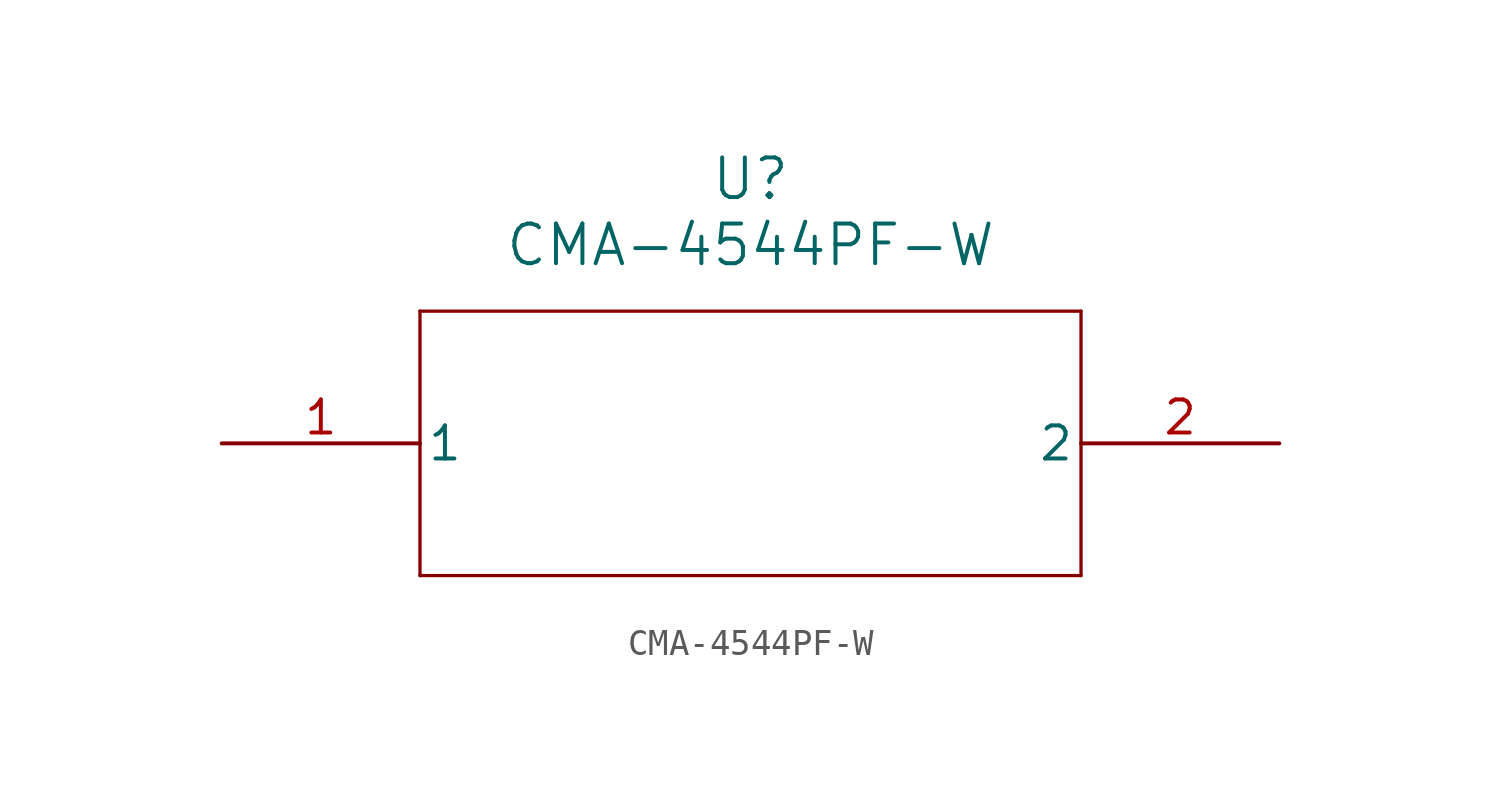
<source format=kicad_sym>
(kicad_symbol_lib
  (version 20211014)
  (generator kicad_symbol_editor)
  (symbol "CMA-4544PF-W"
    (pin_names
      (offset 0.254))
    (property "Reference" "U"
      (at 20.32 10.16 0)
      (effects (font (size 1.524 1.524))))
    (property "Value" "CMA-4544PF-W"
      (at 20.32 7.62 0)
      (effects (font (size 1.524 1.524))))
    (symbol "CMA-4544PF-W_0_1"
      (polyline (pts (xy 7.62 5.08) (xy 7.62 -5.08)) (stroke (width 0.127) (type default) (color 0 0 0 0)) (fill (type none)))
      (polyline (pts (xy 7.62 -5.08) (xy 33.02 -5.08)) (stroke (width 0.127) (type default) (color 0 0 0 0)) (fill (type none)))
      (polyline (pts (xy 33.02 -5.08) (xy 33.02 5.08)) (stroke (width 0.127) (type default) (color 0 0 0 0)) (fill (type none)))
      (polyline (pts (xy 33.02 5.08) (xy 7.62 5.08)) (stroke (width 0.127) (type default) (color 0 0 0 0)) (fill (type none)))
      (pin unspecified line (at 0 0 0) (length 7.62) (name "1" (effects (font (size 1.27 1.27)))) (number "1" (effects (font (size 1.27 1.27)))))
      (pin unspecified line (at 40.64 0 180) (length 7.62) (name "2" (effects (font (size 1.27 1.27)))) (number "2" (effects (font (size 1.27 1.27))))))))
</source>
